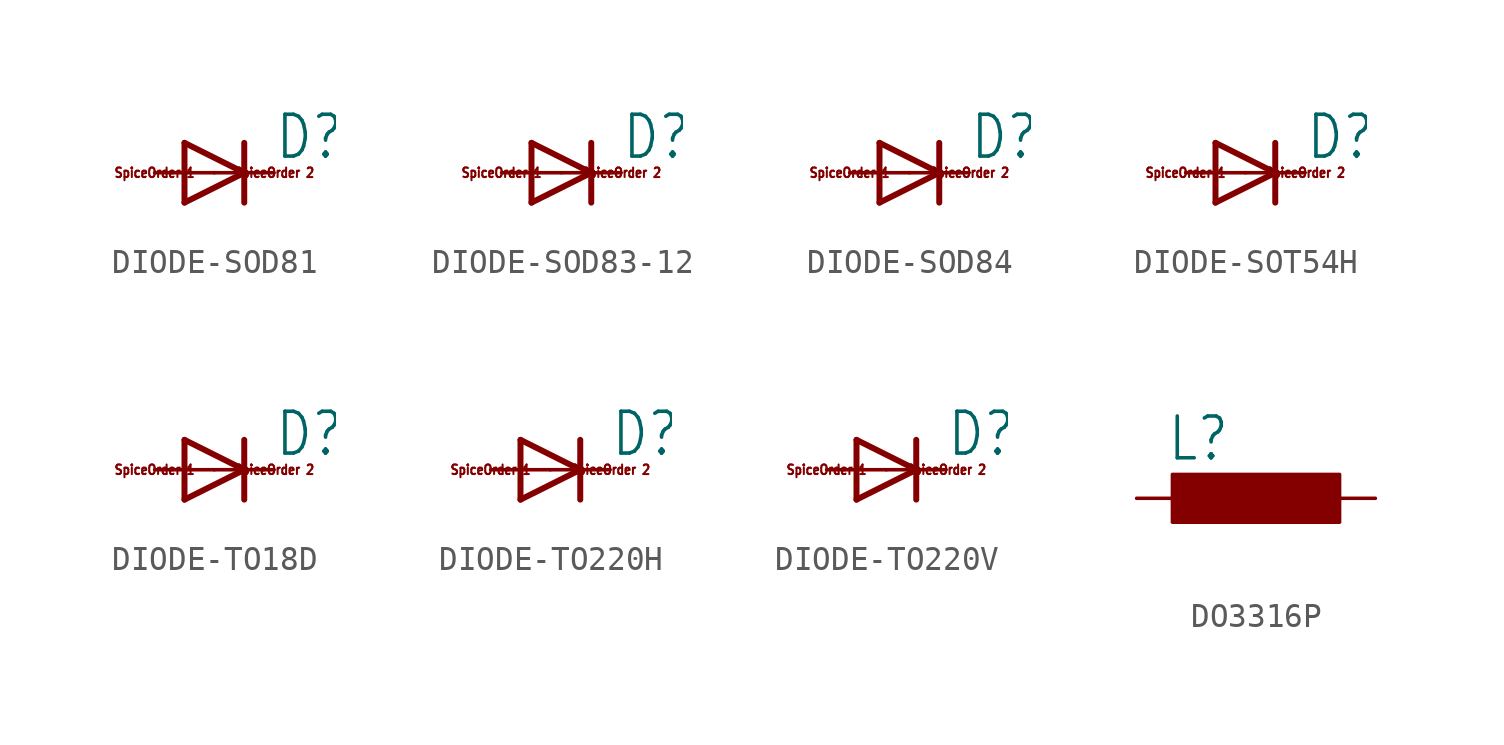
<source format=kicad_sym>
(kicad_symbol_lib
  (version 20241209)
  (generator "kicad_symbol_editor")
  (generator_version "9.0")
  (symbol "DIODE-SOD81"
    (property "Reference" "D"
      (at 2.54 0.483 0)
      (effects (font (size 1.778 1.511)) (justify left bottom)))
    (property "Value" ""
      (at 2.54 -2.311 0)
      (effects (font (size 1.778 1.511)) (justify left bottom)))
    (property "ki_locked" ""
      (at 0 0 0)
      (effects (font (size 1.27 1.27))))
    (symbol "DIODE-SOD81_1_0"
      (polyline (pts (xy -1.27 1.27) (xy -1.27 -1.27)) (stroke (width 0.254) (type solid)) (fill (type none)))
      (polyline (pts (xy -1.27 -1.27) (xy 1.27 0)) (stroke (width 0.254) (type solid)) (fill (type none)))
      (polyline (pts (xy 1.27 1.27) (xy 1.27 0)) (stroke (width 0.254) (type solid)) (fill (type none)))
      (polyline (pts (xy 1.27 0) (xy -1.27 1.27)) (stroke (width 0.254) (type solid)) (fill (type none)))
      (polyline (pts (xy 1.27 0) (xy 1.27 -1.27)) (stroke (width 0.254) (type solid)) (fill (type none)))
      (text "SpiceOrder 1" (at -2.54 0 0) (effects (font (size 0.406 0.345))))
      (text "SpiceOrder 2" (at 2.54 0 0) (effects (font (size 0.406 0.345))))
      (pin passive line (at -2.54 0 0) (length 2.54) (name "A" (effects (font (size 0 0)))) (number "A" (effects (font (size 0 0)))))
      (pin passive line (at 2.54 0 180) (length 2.54) (name "C" (effects (font (size 0 0)))) (number "C" (effects (font (size 0 0)))))))
  (symbol "DIODE-SOD83-12"
    (property "Reference" "D"
      (at 2.54 0.483 0)
      (effects (font (size 1.778 1.511)) (justify left bottom)))
    (property "Value" ""
      (at 2.54 -2.311 0)
      (effects (font (size 1.778 1.511)) (justify left bottom)))
    (property "ki_locked" ""
      (at 0 0 0)
      (effects (font (size 1.27 1.27))))
    (symbol "DIODE-SOD83-12_1_0"
      (polyline (pts (xy -1.27 1.27) (xy -1.27 -1.27)) (stroke (width 0.254) (type solid)) (fill (type none)))
      (polyline (pts (xy -1.27 -1.27) (xy 1.27 0)) (stroke (width 0.254) (type solid)) (fill (type none)))
      (polyline (pts (xy 1.27 1.27) (xy 1.27 0)) (stroke (width 0.254) (type solid)) (fill (type none)))
      (polyline (pts (xy 1.27 0) (xy -1.27 1.27)) (stroke (width 0.254) (type solid)) (fill (type none)))
      (polyline (pts (xy 1.27 0) (xy 1.27 -1.27)) (stroke (width 0.254) (type solid)) (fill (type none)))
      (text "SpiceOrder 1" (at -2.54 0 0) (effects (font (size 0.406 0.345))))
      (text "SpiceOrder 2" (at 2.54 0 0) (effects (font (size 0.406 0.345))))
      (pin passive line (at -2.54 0 0) (length 2.54) (name "A" (effects (font (size 0 0)))) (number "A" (effects (font (size 0 0)))))
      (pin passive line (at 2.54 0 180) (length 2.54) (name "C" (effects (font (size 0 0)))) (number "C" (effects (font (size 0 0)))))))
  (symbol "DIODE-SOD84"
    (property "Reference" "D"
      (at 2.54 0.483 0)
      (effects (font (size 1.778 1.511)) (justify left bottom)))
    (property "Value" ""
      (at 2.54 -2.311 0)
      (effects (font (size 1.778 1.511)) (justify left bottom)))
    (property "ki_locked" ""
      (at 0 0 0)
      (effects (font (size 1.27 1.27))))
    (symbol "DIODE-SOD84_1_0"
      (polyline (pts (xy -1.27 1.27) (xy -1.27 -1.27)) (stroke (width 0.254) (type solid)) (fill (type none)))
      (polyline (pts (xy -1.27 -1.27) (xy 1.27 0)) (stroke (width 0.254) (type solid)) (fill (type none)))
      (polyline (pts (xy 1.27 1.27) (xy 1.27 0)) (stroke (width 0.254) (type solid)) (fill (type none)))
      (polyline (pts (xy 1.27 0) (xy -1.27 1.27)) (stroke (width 0.254) (type solid)) (fill (type none)))
      (polyline (pts (xy 1.27 0) (xy 1.27 -1.27)) (stroke (width 0.254) (type solid)) (fill (type none)))
      (text "SpiceOrder 1" (at -2.54 0 0) (effects (font (size 0.406 0.345))))
      (text "SpiceOrder 2" (at 2.54 0 0) (effects (font (size 0.406 0.345))))
      (pin passive line (at -2.54 0 0) (length 2.54) (name "A" (effects (font (size 0 0)))) (number "A" (effects (font (size 0 0)))))
      (pin passive line (at 2.54 0 180) (length 2.54) (name "C" (effects (font (size 0 0)))) (number "C" (effects (font (size 0 0)))))))
  (symbol "DIODE-SOT54H"
    (property "Reference" "D"
      (at 2.54 0.483 0)
      (effects (font (size 1.778 1.511)) (justify left bottom)))
    (property "Value" ""
      (at 2.54 -2.311 0)
      (effects (font (size 1.778 1.511)) (justify left bottom)))
    (property "ki_locked" ""
      (at 0 0 0)
      (effects (font (size 1.27 1.27))))
    (symbol "DIODE-SOT54H_1_0"
      (polyline (pts (xy -1.27 1.27) (xy -1.27 -1.27)) (stroke (width 0.254) (type solid)) (fill (type none)))
      (polyline (pts (xy -1.27 -1.27) (xy 1.27 0)) (stroke (width 0.254) (type solid)) (fill (type none)))
      (polyline (pts (xy 1.27 1.27) (xy 1.27 0)) (stroke (width 0.254) (type solid)) (fill (type none)))
      (polyline (pts (xy 1.27 0) (xy -1.27 1.27)) (stroke (width 0.254) (type solid)) (fill (type none)))
      (polyline (pts (xy 1.27 0) (xy 1.27 -1.27)) (stroke (width 0.254) (type solid)) (fill (type none)))
      (text "SpiceOrder 1" (at -2.54 0 0) (effects (font (size 0.406 0.345))))
      (text "SpiceOrder 2" (at 2.54 0 0) (effects (font (size 0.406 0.345))))
      (pin passive line (at -2.54 0 0) (length 2.54) (name "A" (effects (font (size 0 0)))) (number "A" (effects (font (size 0 0)))))
      (pin passive line (at 2.54 0 180) (length 2.54) (name "C" (effects (font (size 0 0)))) (number "C" (effects (font (size 0 0)))))))
  (symbol "DIODE-TO18D"
    (property "Reference" "D"
      (at 2.54 0.483 0)
      (effects (font (size 1.778 1.511)) (justify left bottom)))
    (property "Value" ""
      (at 2.54 -2.311 0)
      (effects (font (size 1.778 1.511)) (justify left bottom)))
    (property "ki_locked" ""
      (at 0 0 0)
      (effects (font (size 1.27 1.27))))
    (symbol "DIODE-TO18D_1_0"
      (polyline (pts (xy -1.27 1.27) (xy -1.27 -1.27)) (stroke (width 0.254) (type solid)) (fill (type none)))
      (polyline (pts (xy -1.27 -1.27) (xy 1.27 0)) (stroke (width 0.254) (type solid)) (fill (type none)))
      (polyline (pts (xy 1.27 1.27) (xy 1.27 0)) (stroke (width 0.254) (type solid)) (fill (type none)))
      (polyline (pts (xy 1.27 0) (xy -1.27 1.27)) (stroke (width 0.254) (type solid)) (fill (type none)))
      (polyline (pts (xy 1.27 0) (xy 1.27 -1.27)) (stroke (width 0.254) (type solid)) (fill (type none)))
      (text "SpiceOrder 1" (at -2.54 0 0) (effects (font (size 0.406 0.345))))
      (text "SpiceOrder 2" (at 2.54 0 0) (effects (font (size 0.406 0.345))))
      (pin passive line (at -2.54 0 0) (length 2.54) (name "A" (effects (font (size 0 0)))) (number "A" (effects (font (size 0 0)))))
      (pin passive line (at 2.54 0 180) (length 2.54) (name "C" (effects (font (size 0 0)))) (number "C" (effects (font (size 0 0)))))))
  (symbol "DIODE-TO220H"
    (property "Reference" "D"
      (at 2.54 0.483 0)
      (effects (font (size 1.778 1.511)) (justify left bottom)))
    (property "Value" ""
      (at 2.54 -2.311 0)
      (effects (font (size 1.778 1.511)) (justify left bottom)))
    (property "ki_locked" ""
      (at 0 0 0)
      (effects (font (size 1.27 1.27))))
    (symbol "DIODE-TO220H_1_0"
      (polyline (pts (xy -1.27 1.27) (xy -1.27 -1.27)) (stroke (width 0.254) (type solid)) (fill (type none)))
      (polyline (pts (xy -1.27 -1.27) (xy 1.27 0)) (stroke (width 0.254) (type solid)) (fill (type none)))
      (polyline (pts (xy 1.27 1.27) (xy 1.27 0)) (stroke (width 0.254) (type solid)) (fill (type none)))
      (polyline (pts (xy 1.27 0) (xy -1.27 1.27)) (stroke (width 0.254) (type solid)) (fill (type none)))
      (polyline (pts (xy 1.27 0) (xy 1.27 -1.27)) (stroke (width 0.254) (type solid)) (fill (type none)))
      (text "SpiceOrder 1" (at -2.54 0 0) (effects (font (size 0.406 0.345))))
      (text "SpiceOrder 2" (at 2.54 0 0) (effects (font (size 0.406 0.345))))
      (pin passive line (at -2.54 0 0) (length 2.54) (name "A" (effects (font (size 0 0)))) (number "A" (effects (font (size 0 0)))))
      (pin passive line (at 2.54 0 180) (length 2.54) (name "C" (effects (font (size 0 0)))) (number "C" (effects (font (size 0 0)))))))
  (symbol "DIODE-TO220V"
    (property "Reference" "D"
      (at 2.54 0.483 0)
      (effects (font (size 1.778 1.511)) (justify left bottom)))
    (property "Value" ""
      (at 2.54 -2.311 0)
      (effects (font (size 1.778 1.511)) (justify left bottom)))
    (property "ki_locked" ""
      (at 0 0 0)
      (effects (font (size 1.27 1.27))))
    (symbol "DIODE-TO220V_1_0"
      (polyline (pts (xy -1.27 1.27) (xy -1.27 -1.27)) (stroke (width 0.254) (type solid)) (fill (type none)))
      (polyline (pts (xy -1.27 -1.27) (xy 1.27 0)) (stroke (width 0.254) (type solid)) (fill (type none)))
      (polyline (pts (xy 1.27 1.27) (xy 1.27 0)) (stroke (width 0.254) (type solid)) (fill (type none)))
      (polyline (pts (xy 1.27 0) (xy -1.27 1.27)) (stroke (width 0.254) (type solid)) (fill (type none)))
      (polyline (pts (xy 1.27 0) (xy 1.27 -1.27)) (stroke (width 0.254) (type solid)) (fill (type none)))
      (text "SpiceOrder 1" (at -2.54 0 0) (effects (font (size 0.406 0.345))))
      (text "SpiceOrder 2" (at 2.54 0 0) (effects (font (size 0.406 0.345))))
      (pin passive line (at -2.54 0 0) (length 2.54) (name "A" (effects (font (size 0 0)))) (number "A" (effects (font (size 0 0)))))
      (pin passive line (at 2.54 0 180) (length 2.54) (name "C" (effects (font (size 0 0)))) (number "C" (effects (font (size 0 0)))))))
  (symbol "DO3316P"
    (property "Reference" "L"
      (at -3.81 1.499 0)
      (effects (font (size 1.778 1.511)) (justify left bottom)))
    (property "Value" ""
      (at -3.81 -3.302 0)
      (effects (font (size 1.778 1.511)) (justify left bottom)))
    (property "ki_locked" ""
      (at 0 0 0)
      (effects (font (size 1.27 1.27))))
    (symbol "DO3316P_1_0"
      (rectangle (start -3.556 -1.016) (end 3.556 1.016) (stroke (width 0) (type default)) (fill (type outline)))
      (pin passive line (at -5.08 0 0) (length 2.54) (name "1" (effects (font (size 0 0)))) (number "1" (effects (font (size 0 0)))))
      (pin passive line (at 5.08 0 180) (length 2.54) (name "2" (effects (font (size 0 0)))) (number "2" (effects (font (size 0 0))))))))
</source>
